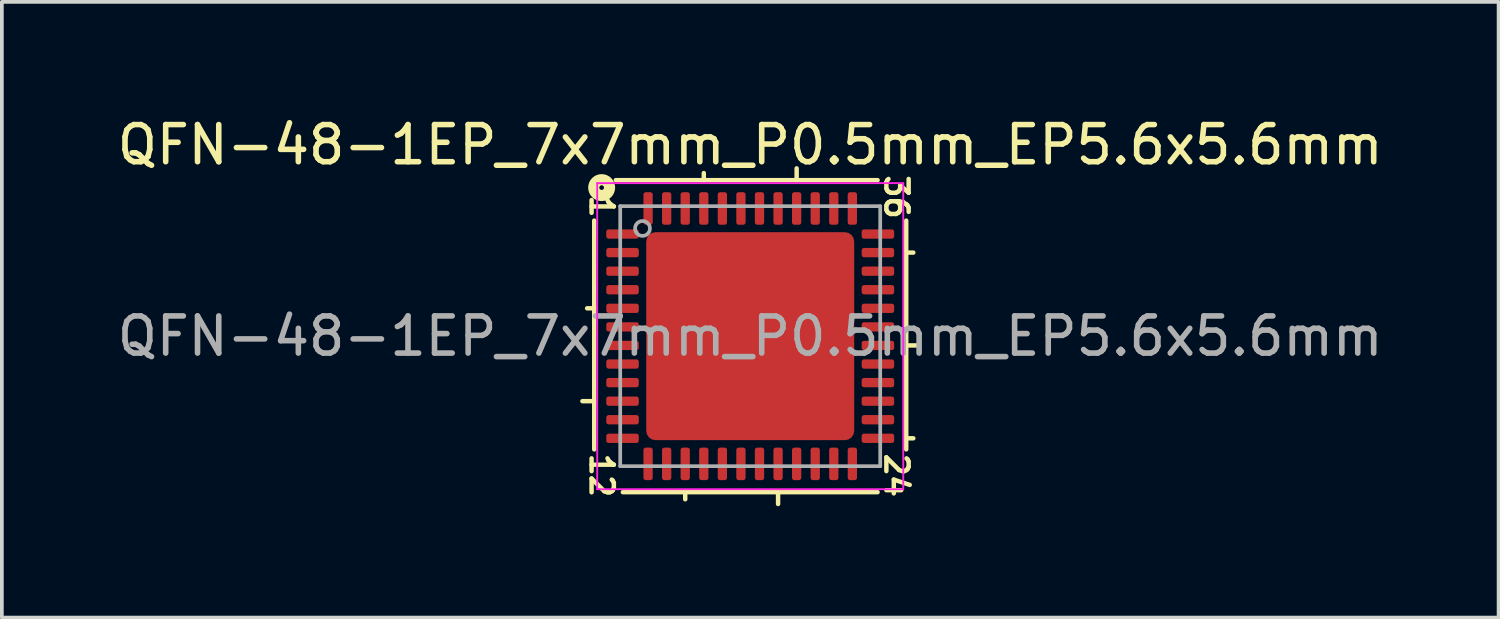
<source format=kicad_pcb>
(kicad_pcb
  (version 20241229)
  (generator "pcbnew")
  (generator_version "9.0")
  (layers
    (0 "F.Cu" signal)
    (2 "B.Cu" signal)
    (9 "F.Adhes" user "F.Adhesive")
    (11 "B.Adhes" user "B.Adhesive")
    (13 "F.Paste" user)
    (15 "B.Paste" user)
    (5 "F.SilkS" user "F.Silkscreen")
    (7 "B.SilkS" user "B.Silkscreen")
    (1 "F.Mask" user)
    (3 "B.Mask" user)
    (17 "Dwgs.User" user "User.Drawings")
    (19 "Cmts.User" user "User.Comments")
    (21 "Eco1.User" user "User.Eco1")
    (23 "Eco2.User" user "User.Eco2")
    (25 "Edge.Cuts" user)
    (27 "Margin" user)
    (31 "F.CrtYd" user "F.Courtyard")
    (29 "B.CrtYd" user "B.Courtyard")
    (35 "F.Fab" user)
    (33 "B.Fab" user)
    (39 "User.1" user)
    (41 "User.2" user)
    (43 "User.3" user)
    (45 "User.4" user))
  (footprint "QFN-48-1EP_7x7mm_P0.5mm_EP5.6x5.6mm"
    (layer "F.Cu")
    (at 17.149 6.001)
    (property "Reference" "QFN-48-1EP_7x7mm_P0.5mm_EP5.6x5.6mm" (at 0 -5.152 0) (layer "F.SilkS") (effects (font (size 1 1) (thickness 0.15))))
    (attr smd)
    (fp_line (start -4.2 -3.111) (end -4.2 3.048) (stroke (width 0.12) (type solid)) (layer "F.SilkS"))
    (fp_line (start -4.2 -0.75) (end -4.391 -0.75) (stroke (width 0.12) (type solid)) (layer "F.SilkS"))
    (fp_line (start -4.2 1.75) (end -4.518 1.75) (stroke (width 0.12) (type solid)) (layer "F.SilkS"))
    (fp_line (start -3.429 4.2) (end 3.429 4.2) (stroke (width 0.12) (type solid)) (layer "F.SilkS"))
    (fp_line (start -1.75 4.2) (end -1.75 4.391) (stroke (width 0.12) (type solid)) (layer "F.SilkS"))
    (fp_line (start -1.25 -4.2) (end -1.25 -4.391) (stroke (width 0.12) (type solid)) (layer "F.SilkS"))
    (fp_line (start 0.75 4.2) (end 0.75 4.518) (stroke (width 0.12) (type solid)) (layer "F.SilkS"))
    (fp_line (start 1.25 -4.2) (end 1.25 -4.518) (stroke (width 0.12) (type solid)) (layer "F.SilkS"))
    (fp_line (start 3.429 -4.2) (end -3.619 -4.2) (stroke (width 0.12) (type solid)) (layer "F.SilkS"))
    (fp_line (start 4.2 -2.25) (end 4.391 -2.25) (stroke (width 0.12) (type solid)) (layer "F.SilkS"))
    (fp_line (start 4.2 0.25) (end 4.518 0.25) (stroke (width 0.12) (type solid)) (layer "F.SilkS"))
    (fp_line (start 4.2 2.75) (end 4.391 2.75) (stroke (width 0.12) (type solid)) (layer "F.SilkS"))
    (fp_line (start 4.2 3.048) (end 4.2 -3.111) (stroke (width 0.12) (type solid)) (layer "F.SilkS"))
    (fp_circle (center -4 -4) (end -3.937 -4) (stroke (width 0.3) (type solid)) (fill no) (layer "F.SilkS"))
    (fp_line (start -4.12 -4.12) (end -4.12 4.12) (stroke (width 0.05) (type solid)) (layer "F.CrtYd"))
    (fp_line (start -4.12 4.12) (end 4.12 4.12) (stroke (width 0.05) (type solid)) (layer "F.CrtYd"))
    (fp_line (start 4.12 -4.12) (end -4.12 -4.12) (stroke (width 0.05) (type solid)) (layer "F.CrtYd"))
    (fp_line (start 4.12 4.12) (end 4.12 -4.12) (stroke (width 0.05) (type solid)) (layer "F.CrtYd"))
    (fp_line (start -3.5 -3.5) (end 3.5 -3.5) (stroke (width 0.1) (type solid)) (layer "F.Fab"))
    (fp_line (start -3.5 3.5) (end -3.5 -3.5) (stroke (width 0.1) (type solid)) (layer "F.Fab"))
    (fp_line (start 3.5 -3.5) (end 3.5 3.5) (stroke (width 0.1) (type solid)) (layer "F.Fab"))
    (fp_line (start 3.5 3.5) (end -3.5 3.5) (stroke (width 0.1) (type solid)) (layer "F.Fab"))
    (fp_circle (center -2.9 -2.9) (end -2.7 -2.9) (stroke (width 0.1) (type solid)) (fill no) (layer "F.Fab"))
    (fp_text user "24" (at 3.937 3.747 270) (unlocked yes) (layer "F.SilkS") (effects (font (size 0.6 0.6) (thickness 0.12))))
    (fp_text user "1" (at -4 -3.493 270) (unlocked yes) (layer "F.SilkS") (effects (font (size 0.6 0.6) (thickness 0.12))))
    (fp_text user "12" (at -4 3.747 270) (unlocked yes) (layer "F.SilkS") (effects (font (size 0.6 0.6) (thickness 0.12))))
    (fp_text user "36" (at 3.937 -3.747 270) (unlocked yes) (layer "F.SilkS") (effects (font (size 0.6 0.6) (thickness 0.12))))
    (fp_text user "${REFERENCE}" (at 0 0 0) (layer "F.Fab") (effects (font (size 1 1) (thickness 0.15))))
    (pad "" smd roundrect (at -2.1 -2.1) (size 1.13 1.13) (layers "F.Paste") (roundrect_rratio 0.221))
    (pad "" smd roundrect (at -2.1 -0.7) (size 1.13 1.13) (layers "F.Paste") (roundrect_rratio 0.221))
    (pad "" smd roundrect (at -2.1 0.7) (size 1.13 1.13) (layers "F.Paste") (roundrect_rratio 0.221))
    (pad "" smd roundrect (at -2.1 2.1) (size 1.13 1.13) (layers "F.Paste") (roundrect_rratio 0.221))
    (pad "" smd roundrect (at -0.7 -2.1) (size 1.13 1.13) (layers "F.Paste") (roundrect_rratio 0.221))
    (pad "" smd roundrect (at -0.7 -0.7) (size 1.13 1.13) (layers "F.Paste") (roundrect_rratio 0.221))
    (pad "" smd roundrect (at -0.7 0.7) (size 1.13 1.13) (layers "F.Paste") (roundrect_rratio 0.221))
    (pad "" smd roundrect (at -0.7 2.1) (size 1.13 1.13) (layers "F.Paste") (roundrect_rratio 0.221))
    (pad "" smd roundrect (at 0.7 -2.1) (size 1.13 1.13) (layers "F.Paste") (roundrect_rratio 0.221))
    (pad "" smd roundrect (at 0.7 -0.7) (size 1.13 1.13) (layers "F.Paste") (roundrect_rratio 0.221))
    (pad "" smd roundrect (at 0.7 0.7) (size 1.13 1.13) (layers "F.Paste") (roundrect_rratio 0.221))
    (pad "" smd roundrect (at 0.7 2.1) (size 1.13 1.13) (layers "F.Paste") (roundrect_rratio 0.221))
    (pad "" smd roundrect (at 2.1 -2.1) (size 1.13 1.13) (layers "F.Paste") (roundrect_rratio 0.221))
    (pad "" smd roundrect (at 2.1 -0.7) (size 1.13 1.13) (layers "F.Paste") (roundrect_rratio 0.221))
    (pad "" smd roundrect (at 2.1 0.7) (size 1.13 1.13) (layers "F.Paste") (roundrect_rratio 0.221))
    (pad "" smd roundrect (at 2.1 2.1) (size 1.13 1.13) (layers "F.Paste") (roundrect_rratio 0.221))
    (pad "1" smd roundrect (at -3.438 -2.75) (size 0.875 0.25) (layers "F.Cu" "F.Mask" "F.Paste") (roundrect_rratio 0.25))
    (pad "2" smd roundrect (at -3.438 -2.25) (size 0.875 0.25) (layers "F.Cu" "F.Mask" "F.Paste") (roundrect_rratio 0.25))
    (pad "3" smd roundrect (at -3.438 -1.75) (size 0.875 0.25) (layers "F.Cu" "F.Mask" "F.Paste") (roundrect_rratio 0.25))
    (pad "4" smd roundrect (at -3.438 -1.25) (size 0.875 0.25) (layers "F.Cu" "F.Mask" "F.Paste") (roundrect_rratio 0.25))
    (pad "5" smd roundrect (at -3.438 -0.75) (size 0.875 0.25) (layers "F.Cu" "F.Mask" "F.Paste") (roundrect_rratio 0.25))
    (pad "6" smd roundrect (at -3.438 -0.25) (size 0.875 0.25) (layers "F.Cu" "F.Mask" "F.Paste") (roundrect_rratio 0.25))
    (pad "7" smd roundrect (at -3.438 0.25) (size 0.875 0.25) (layers "F.Cu" "F.Mask" "F.Paste") (roundrect_rratio 0.25))
    (pad "8" smd roundrect (at -3.438 0.75) (size 0.875 0.25) (layers "F.Cu" "F.Mask" "F.Paste") (roundrect_rratio 0.25))
    (pad "9" smd roundrect (at -3.438 1.25) (size 0.875 0.25) (layers "F.Cu" "F.Mask" "F.Paste") (roundrect_rratio 0.25))
    (pad "10" smd roundrect (at -3.438 1.75) (size 0.875 0.25) (layers "F.Cu" "F.Mask" "F.Paste") (roundrect_rratio 0.25))
    (pad "11" smd roundrect (at -3.438 2.25) (size 0.875 0.25) (layers "F.Cu" "F.Mask" "F.Paste") (roundrect_rratio 0.25))
    (pad "12" smd roundrect (at -3.438 2.75) (size 0.875 0.25) (layers "F.Cu" "F.Mask" "F.Paste") (roundrect_rratio 0.25))
    (pad "13" smd roundrect (at -2.75 3.438) (size 0.25 0.875) (layers "F.Cu" "F.Mask" "F.Paste") (roundrect_rratio 0.25))
    (pad "14" smd roundrect (at -2.25 3.438) (size 0.25 0.875) (layers "F.Cu" "F.Mask" "F.Paste") (roundrect_rratio 0.25))
    (pad "15" smd roundrect (at -1.75 3.438) (size 0.25 0.875) (layers "F.Cu" "F.Mask" "F.Paste") (roundrect_rratio 0.25))
    (pad "16" smd roundrect (at -1.25 3.438) (size 0.25 0.875) (layers "F.Cu" "F.Mask" "F.Paste") (roundrect_rratio 0.25))
    (pad "17" smd roundrect (at -0.75 3.438) (size 0.25 0.875) (layers "F.Cu" "F.Mask" "F.Paste") (roundrect_rratio 0.25))
    (pad "18" smd roundrect (at -0.25 3.438) (size 0.25 0.875) (layers "F.Cu" "F.Mask" "F.Paste") (roundrect_rratio 0.25))
    (pad "19" smd roundrect (at 0.25 3.438) (size 0.25 0.875) (layers "F.Cu" "F.Mask" "F.Paste") (roundrect_rratio 0.25))
    (pad "20" smd roundrect (at 0.75 3.438) (size 0.25 0.875) (layers "F.Cu" "F.Mask" "F.Paste") (roundrect_rratio 0.25))
    (pad "21" smd roundrect (at 1.25 3.438) (size 0.25 0.875) (layers "F.Cu" "F.Mask" "F.Paste") (roundrect_rratio 0.25))
    (pad "22" smd roundrect (at 1.75 3.438) (size 0.25 0.875) (layers "F.Cu" "F.Mask" "F.Paste") (roundrect_rratio 0.25))
    (pad "23" smd roundrect (at 2.25 3.438) (size 0.25 0.875) (layers "F.Cu" "F.Mask" "F.Paste") (roundrect_rratio 0.25))
    (pad "24" smd roundrect (at 2.75 3.438) (size 0.25 0.875) (layers "F.Cu" "F.Mask" "F.Paste") (roundrect_rratio 0.25))
    (pad "25" smd roundrect (at 3.438 2.75) (size 0.875 0.25) (layers "F.Cu" "F.Mask" "F.Paste") (roundrect_rratio 0.25))
    (pad "26" smd roundrect (at 3.438 2.25) (size 0.875 0.25) (layers "F.Cu" "F.Mask" "F.Paste") (roundrect_rratio 0.25))
    (pad "27" smd roundrect (at 3.438 1.75) (size 0.875 0.25) (layers "F.Cu" "F.Mask" "F.Paste") (roundrect_rratio 0.25))
    (pad "28" smd roundrect (at 3.438 1.25) (size 0.875 0.25) (layers "F.Cu" "F.Mask" "F.Paste") (roundrect_rratio 0.25))
    (pad "29" smd roundrect (at 3.438 0.75) (size 0.875 0.25) (layers "F.Cu" "F.Mask" "F.Paste") (roundrect_rratio 0.25))
    (pad "30" smd roundrect (at 3.438 0.25) (size 0.875 0.25) (layers "F.Cu" "F.Mask" "F.Paste") (roundrect_rratio 0.25))
    (pad "31" smd roundrect (at 3.438 -0.25) (size 0.875 0.25) (layers "F.Cu" "F.Mask" "F.Paste") (roundrect_rratio 0.25))
    (pad "32" smd roundrect (at 3.438 -0.75) (size 0.875 0.25) (layers "F.Cu" "F.Mask" "F.Paste") (roundrect_rratio 0.25))
    (pad "33" smd roundrect (at 3.438 -1.25) (size 0.875 0.25) (layers "F.Cu" "F.Mask" "F.Paste") (roundrect_rratio 0.25))
    (pad "34" smd roundrect (at 3.438 -1.75) (size 0.875 0.25) (layers "F.Cu" "F.Mask" "F.Paste") (roundrect_rratio 0.25))
    (pad "35" smd roundrect (at 3.438 -2.25) (size 0.875 0.25) (layers "F.Cu" "F.Mask" "F.Paste") (roundrect_rratio 0.25))
    (pad "36" smd roundrect (at 3.438 -2.75) (size 0.875 0.25) (layers "F.Cu" "F.Mask" "F.Paste") (roundrect_rratio 0.25))
    (pad "37" smd roundrect (at 2.75 -3.438) (size 0.25 0.875) (layers "F.Cu" "F.Mask" "F.Paste") (roundrect_rratio 0.25))
    (pad "38" smd roundrect (at 2.25 -3.438) (size 0.25 0.875) (layers "F.Cu" "F.Mask" "F.Paste") (roundrect_rratio 0.25))
    (pad "39" smd roundrect (at 1.75 -3.438) (size 0.25 0.875) (layers "F.Cu" "F.Mask" "F.Paste") (roundrect_rratio 0.25))
    (pad "40" smd roundrect (at 1.25 -3.438) (size 0.25 0.875) (layers "F.Cu" "F.Mask" "F.Paste") (roundrect_rratio 0.25))
    (pad "41" smd roundrect (at 0.75 -3.438) (size 0.25 0.875) (layers "F.Cu" "F.Mask" "F.Paste") (roundrect_rratio 0.25))
    (pad "42" smd roundrect (at 0.25 -3.438) (size 0.25 0.875) (layers "F.Cu" "F.Mask" "F.Paste") (roundrect_rratio 0.25))
    (pad "43" smd roundrect (at -0.25 -3.438) (size 0.25 0.875) (layers "F.Cu" "F.Mask" "F.Paste") (roundrect_rratio 0.25))
    (pad "44" smd roundrect (at -0.75 -3.438) (size 0.25 0.875) (layers "F.Cu" "F.Mask" "F.Paste") (roundrect_rratio 0.25))
    (pad "45" smd roundrect (at -1.25 -3.438) (size 0.25 0.875) (layers "F.Cu" "F.Mask" "F.Paste") (roundrect_rratio 0.25))
    (pad "46" smd roundrect (at -1.75 -3.438) (size 0.25 0.875) (layers "F.Cu" "F.Mask" "F.Paste") (roundrect_rratio 0.25))
    (pad "47" smd roundrect (at -2.25 -3.438) (size 0.25 0.875) (layers "F.Cu" "F.Mask" "F.Paste") (roundrect_rratio 0.25))
    (pad "48" smd roundrect (at -2.75 -3.438) (size 0.25 0.875) (layers "F.Cu" "F.Mask" "F.Paste") (roundrect_rratio 0.25))
    (pad "49" smd roundrect (at 0 0) (size 5.6 5.6) (layers "F.Cu" "F.Mask") (roundrect_rratio 0.045)))
  (gr_rect
    (start -3 -3)
    (end 37.298 13.578)
    (stroke (width 0.1) (type default))
    (fill no)
    (layer "Edge.Cuts")))
</source>
